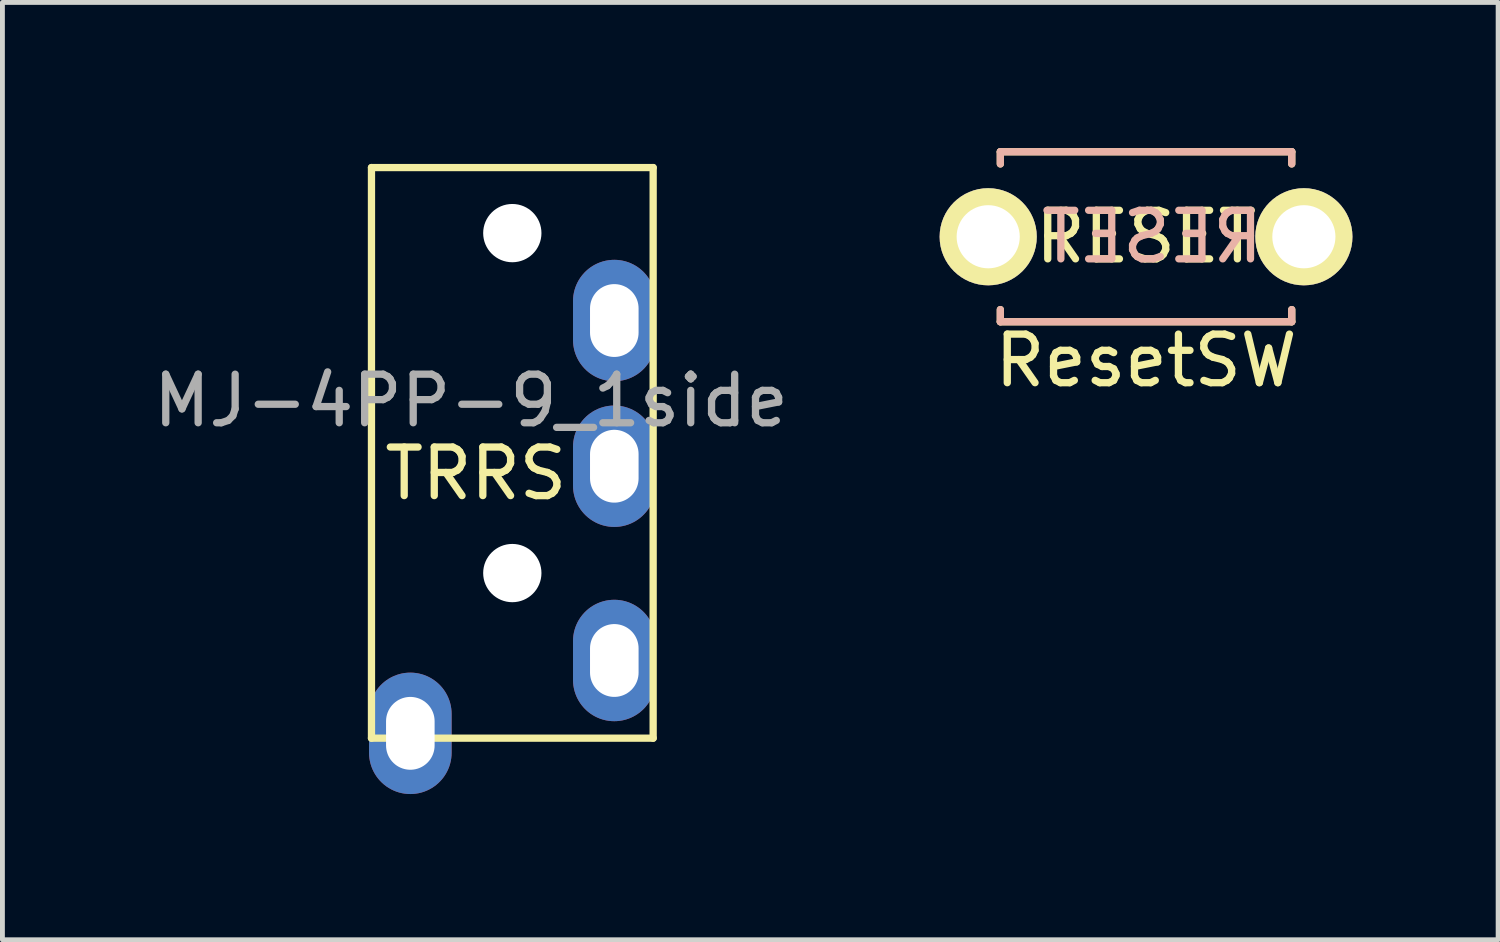
<source format=kicad_pcb>
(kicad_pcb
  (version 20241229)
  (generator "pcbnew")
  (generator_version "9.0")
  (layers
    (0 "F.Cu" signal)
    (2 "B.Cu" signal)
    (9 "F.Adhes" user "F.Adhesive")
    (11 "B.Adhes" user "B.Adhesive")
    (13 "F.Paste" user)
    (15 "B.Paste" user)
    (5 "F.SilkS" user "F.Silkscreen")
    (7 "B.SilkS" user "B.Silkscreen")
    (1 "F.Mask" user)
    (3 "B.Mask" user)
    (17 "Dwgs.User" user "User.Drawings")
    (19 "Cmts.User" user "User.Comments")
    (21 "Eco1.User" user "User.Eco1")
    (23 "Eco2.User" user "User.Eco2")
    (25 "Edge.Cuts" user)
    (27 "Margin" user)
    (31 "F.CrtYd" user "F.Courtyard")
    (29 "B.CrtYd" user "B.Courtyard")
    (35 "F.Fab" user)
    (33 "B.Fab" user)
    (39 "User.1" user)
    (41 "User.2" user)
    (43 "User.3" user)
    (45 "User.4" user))
  (footprint "MJ-4PP-9_1side"
    (layer "F.Cu")
    (at 7.499 0.25)
    (property "Reference" "MJ-4PP-9_1side" (at -0.85 4.95 0) (layer "F.Fab") (effects (font (size 1 1) (thickness 0.15))))
    (attr through_hole)
    (fp_line (start -2.9 0.15) (end 2.9 0.15) (stroke (width 0.15) (type solid)) (layer "F.SilkS"))
    (fp_line (start -2.9 11.9) (end -2.9 0.15) (stroke (width 0.15) (type solid)) (layer "F.SilkS"))
    (fp_line (start 2.9 0.15) (end 2.9 11.9) (stroke (width 0.15) (type solid)) (layer "F.SilkS"))
    (fp_line (start 2.9 11.9) (end -2.9 11.9) (stroke (width 0.15) (type solid)) (layer "F.SilkS"))
    (fp_text user "TRRS" (at -0.75 6.45 0) (layer "F.SilkS") (effects (font (size 1 1) (thickness 0.15))))
    (pad "" np_thru_hole circle (at 0 1.5) (size 1.2 1.2) (drill 1.2) (layers "*.Cu" "*.Mask"))
    (pad "" np_thru_hole circle (at 0 8.5) (size 1.2 1.2) (drill 1.2) (layers "*.Cu" "*.Mask"))
    (pad "A" thru_hole oval (at -2.1 11.8) (size 1.7 2.5) (drill oval 1 1.5) (layers "*.Cu" "B.Mask"))
    (pad "B" thru_hole oval (at 2.1 3.3) (size 1.7 2.5) (drill oval 1 1.5) (layers "*.Cu" "B.Mask"))
    (pad "C" thru_hole oval (at 2.1 6.3) (size 1.7 2.5) (drill oval 1 1.5) (layers "*.Cu" "B.Mask"))
    (pad "D" thru_hole oval (at 2.1 10.3) (size 1.7 2.5) (drill oval 1 1.5) (layers "*.Cu" "B.Mask")))
  (footprint "ResetSW"
    (layer "F.Cu")
    (at 20.548 1.825)
    (property "Reference" "ResetSW" (at 0 2.55 0) (layer "F.SilkS") (effects (font (size 1 1) (thickness 0.15))))
    (attr through_hole)
    (fp_line (start -3 -1.75) (end -3 -1.5) (stroke (width 0.15) (type solid)) (layer "F.SilkS"))
    (fp_line (start -3 -1.75) (end 3 -1.75) (stroke (width 0.15) (type solid)) (layer "F.SilkS"))
    (fp_line (start -3 1.75) (end -3 1.5) (stroke (width 0.15) (type solid)) (layer "F.SilkS"))
    (fp_line (start -3 1.75) (end 3 1.75) (stroke (width 0.15) (type solid)) (layer "F.SilkS"))
    (fp_line (start 3 -1.75) (end 3 -1.5) (stroke (width 0.15) (type solid)) (layer "F.SilkS"))
    (fp_line (start 3 1.75) (end 3 1.5) (stroke (width 0.15) (type solid)) (layer "F.SilkS"))
    (fp_line (start -3 -1.75) (end 3 -1.75) (stroke (width 0.15) (type solid)) (layer "B.SilkS"))
    (fp_line (start -3 -1.5) (end -3 -1.75) (stroke (width 0.15) (type solid)) (layer "B.SilkS"))
    (fp_line (start -3 1.75) (end -3 1.5) (stroke (width 0.15) (type solid)) (layer "B.SilkS"))
    (fp_line (start 3 -1.75) (end 3 -1.5) (stroke (width 0.15) (type solid)) (layer "B.SilkS"))
    (fp_line (start 3 1.5) (end 3 1.75) (stroke (width 0.15) (type solid)) (layer "B.SilkS"))
    (fp_line (start 3 1.75) (end -3 1.75) (stroke (width 0.15) (type solid)) (layer "B.SilkS"))
    (fp_text user "RESET" (at 0 0 0) (layer "F.SilkS") (effects (font (size 1 1) (thickness 0.15))))
    (fp_text user "RESET" (at 0.127 0 0) (layer "B.SilkS") (effects (font (size 1 1) (thickness 0.15)) (justify mirror)))
    (pad "1" thru_hole circle (at 3.25 0) (size 2 2) (drill 1.3) (layers "*.Cu" "*.Mask" "F.SilkS"))
    (pad "2" thru_hole circle (at -3.25 0) (size 2 2) (drill 1.3) (layers "*.Cu" "*.Mask" "F.SilkS")))
  (gr_rect
    (start -3 -3)
    (end 27.798 16.3)
    (stroke (width 0.1) (type default))
    (fill no)
    (layer "Edge.Cuts")))
</source>
